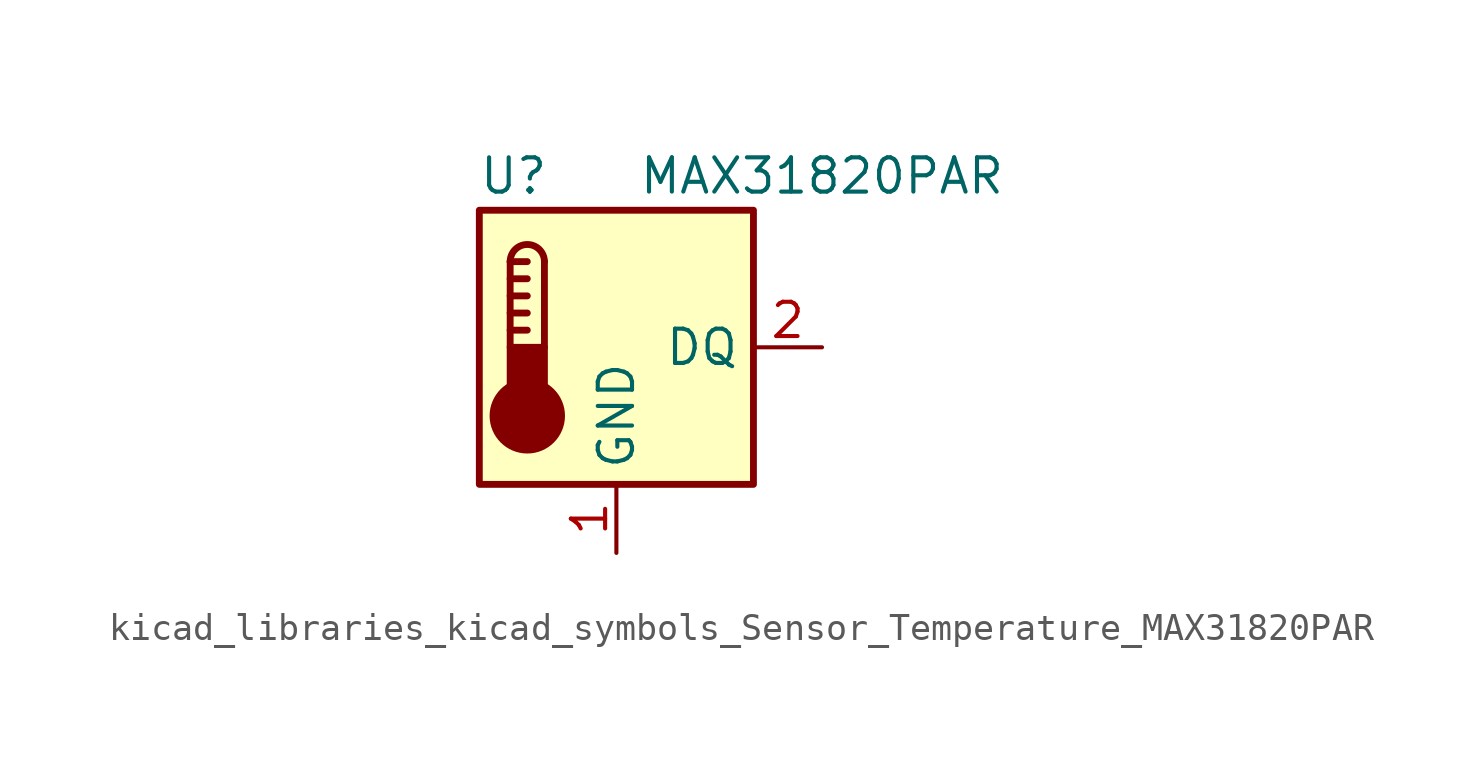
<source format=kicad_sym>
(kicad_symbol_lib
  (version 20220914)
  (generator kicad_symbol_editor)
  (symbol "kicad_libraries_kicad_symbols_Sensor_Temperature_MAX31820PAR"
    (property "Reference" "U"
      (at -3.81 6.35 0)
      (effects (font (size 1.27 1.27))))
    (property "Value" "MAX31820PAR"
      (at 7.62 6.35 0)
      (effects (font (size 1.27 1.27))))
    (symbol "kicad_libraries_kicad_symbols_Sensor_Temperature_MAX31820PAR_0_1"
      (rectangle (start -5.08 5.08) (end 5.08 -5.08) (stroke (width 0.254) (type default)) (fill (type background)))
      (circle (center -3.302 -2.54) (radius 1.27) (stroke (width 0.254) (type default)) (fill (type outline)))
      (rectangle (start -2.667 -1.905) (end -3.937 0) (stroke (width 0.254) (type default)) (fill (type outline)))
      (arc (start -2.667 3.175) (mid -3.302 3.8073) (end -3.937 3.175) (stroke (width 0.254) (type default)) (fill (type none)))
      (polyline (pts (xy -3.937 0.635) (xy -3.302 0.635)) (stroke (width 0.254) (type default)) (fill (type none)))
      (polyline (pts (xy -3.937 1.27) (xy -3.302 1.27)) (stroke (width 0.254) (type default)) (fill (type none)))
      (polyline (pts (xy -3.937 1.905) (xy -3.302 1.905)) (stroke (width 0.254) (type default)) (fill (type none)))
      (polyline (pts (xy -3.937 2.54) (xy -3.302 2.54)) (stroke (width 0.254) (type default)) (fill (type none)))
      (polyline (pts (xy -3.937 3.175) (xy -3.937 0)) (stroke (width 0.254) (type default)) (fill (type none)))
      (polyline (pts (xy -3.937 3.175) (xy -3.302 3.175)) (stroke (width 0.254) (type default)) (fill (type none)))
      (polyline (pts (xy -2.667 3.175) (xy -2.667 0)) (stroke (width 0.254) (type default)) (fill (type none))))
    (symbol "kicad_libraries_kicad_symbols_Sensor_Temperature_MAX31820PAR_1_1"
      (pin power_in line (at 0 -7.62 90) (length 2.54) (name "GND" (effects (font (size 1.27 1.27)))) (number "1" (effects (font (size 1.27 1.27)))))
      (pin bidirectional line (at 7.62 0 180) (length 2.54) (name "DQ" (effects (font (size 1.27 1.27)))) (number "2" (effects (font (size 1.27 1.27)))))
      (pin no_connect line (at 5.08 2.54 180) (length 2.54) hide (name "NC" (effects (font (size 1.27 1.27)))) (number "3" (effects (font (size 1.27 1.27))))))))
</source>
